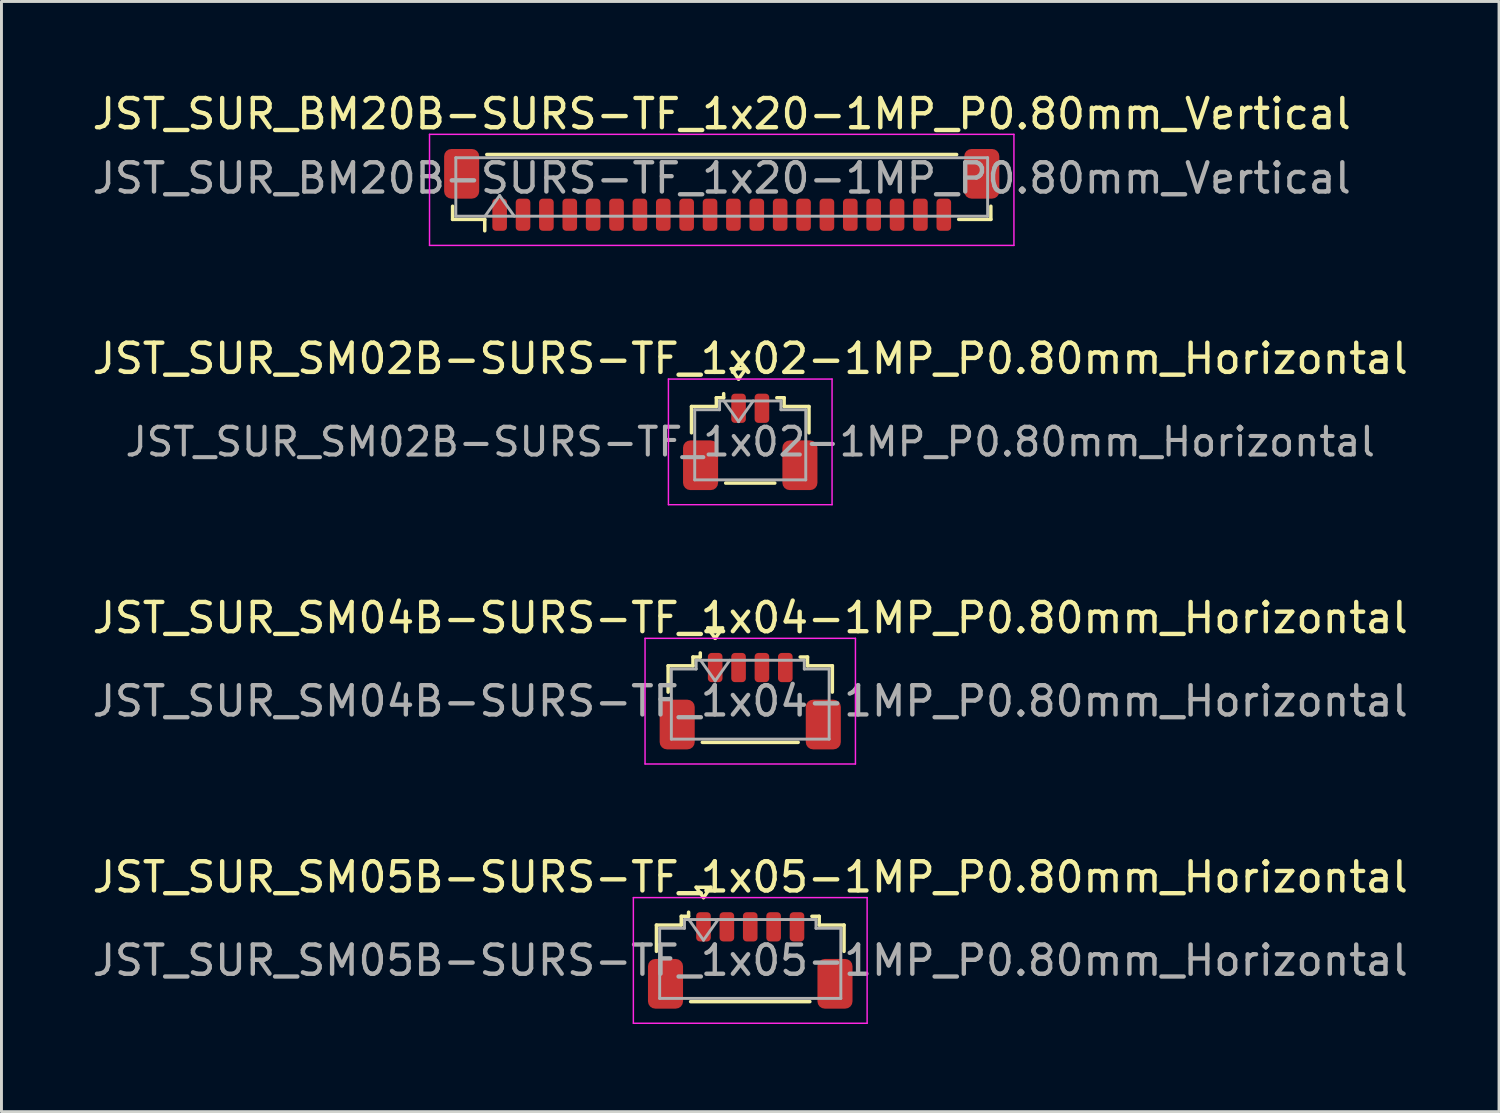
<source format=kicad_pcb>
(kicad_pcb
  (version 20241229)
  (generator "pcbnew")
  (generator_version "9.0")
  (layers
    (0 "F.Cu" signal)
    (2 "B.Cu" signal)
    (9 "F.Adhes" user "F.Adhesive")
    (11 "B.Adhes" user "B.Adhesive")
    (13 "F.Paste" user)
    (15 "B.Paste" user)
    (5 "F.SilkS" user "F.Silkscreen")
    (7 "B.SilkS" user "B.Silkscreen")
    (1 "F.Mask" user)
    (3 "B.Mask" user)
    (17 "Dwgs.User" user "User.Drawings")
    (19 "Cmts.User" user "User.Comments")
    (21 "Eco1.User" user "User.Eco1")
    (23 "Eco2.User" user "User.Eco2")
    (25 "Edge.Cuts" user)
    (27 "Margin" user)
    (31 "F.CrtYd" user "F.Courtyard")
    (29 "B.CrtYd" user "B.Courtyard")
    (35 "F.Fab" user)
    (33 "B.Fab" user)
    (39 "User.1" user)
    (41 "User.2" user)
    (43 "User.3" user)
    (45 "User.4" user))
  (footprint "JST_SUR_SM05B-SURS-TF_1x05-1MP_P0.80mm_Horizontal"
    (layer "F.Cu")
    (at 22.625 29.818)
    (property "Reference" "JST_SUR_SM05B-SURS-TF_1x05-1MP_P0.80mm_Horizontal" (at 0 -2.85 0) (layer "F.SilkS") (effects (font (size 1 1) (thickness 0.15))))
    (attr smd)
    (fp_line (start -3.21 -1.21) (end -2.36 -1.21) (stroke (width 0.12) (type solid)) (layer "F.SilkS"))
    (fp_line (start -3.21 -0.31) (end -3.21 -1.21) (stroke (width 0.12) (type solid)) (layer "F.SilkS"))
    (fp_line (start -2.36 -1.51) (end -2.11 -1.51) (stroke (width 0.12) (type solid)) (layer "F.SilkS"))
    (fp_line (start -2.36 -1.21) (end -2.36 -1.51) (stroke (width 0.12) (type solid)) (layer "F.SilkS"))
    (fp_line (start -2.11 -1.51) (end -2.11 -1.65) (stroke (width 0.12) (type solid)) (layer "F.SilkS"))
    (fp_line (start -2.04 1.41) (end 2.04 1.41) (stroke (width 0.12) (type solid)) (layer "F.SilkS"))
    (fp_line (start -1.85 -2.504) (end -1.6 -2.15) (stroke (width 0.12) (type solid)) (layer "F.SilkS"))
    (fp_line (start -1.6 -2.15) (end -1.35 -2.504) (stroke (width 0.12) (type solid)) (layer "F.SilkS"))
    (fp_line (start -1.35 -2.504) (end -1.85 -2.504) (stroke (width 0.12) (type solid)) (layer "F.SilkS"))
    (fp_line (start 2.36 -1.51) (end 2.11 -1.51) (stroke (width 0.12) (type solid)) (layer "F.SilkS"))
    (fp_line (start 2.36 -1.21) (end 2.36 -1.51) (stroke (width 0.12) (type solid)) (layer "F.SilkS"))
    (fp_line (start 3.21 -1.21) (end 2.36 -1.21) (stroke (width 0.12) (type solid)) (layer "F.SilkS"))
    (fp_line (start 3.21 -0.31) (end 3.21 -1.21) (stroke (width 0.12) (type solid)) (layer "F.SilkS"))
    (fp_line (start -4 -2.15) (end -4 2.15) (stroke (width 0.05) (type solid)) (layer "F.CrtYd"))
    (fp_line (start -4 2.15) (end 4 2.15) (stroke (width 0.05) (type solid)) (layer "F.CrtYd"))
    (fp_line (start 4 -2.15) (end -4 -2.15) (stroke (width 0.05) (type solid)) (layer "F.CrtYd"))
    (fp_line (start 4 2.15) (end 4 -2.15) (stroke (width 0.05) (type solid)) (layer "F.CrtYd"))
    (fp_line (start -3.1 -1.1) (end -3.1 1.3) (stroke (width 0.1) (type solid)) (layer "F.Fab"))
    (fp_line (start -3.1 -1.1) (end -2.25 -1.1) (stroke (width 0.1) (type solid)) (layer "F.Fab"))
    (fp_line (start -3.1 1.3) (end 3.1 1.3) (stroke (width 0.1) (type solid)) (layer "F.Fab"))
    (fp_line (start -2.25 -1.4) (end 2.25 -1.4) (stroke (width 0.1) (type solid)) (layer "F.Fab"))
    (fp_line (start -2.25 -1.1) (end -2.25 -1.4) (stroke (width 0.1) (type solid)) (layer "F.Fab"))
    (fp_line (start -2.1 -1.4) (end -1.6 -0.693) (stroke (width 0.1) (type solid)) (layer "F.Fab"))
    (fp_line (start -1.6 -0.693) (end -1.1 -1.4) (stroke (width 0.1) (type solid)) (layer "F.Fab"))
    (fp_line (start 2.25 -1.4) (end 2.25 -1.1) (stroke (width 0.1) (type solid)) (layer "F.Fab"))
    (fp_line (start 2.25 -1.1) (end 3.1 -1.1) (stroke (width 0.1) (type solid)) (layer "F.Fab"))
    (fp_line (start 3.1 -1.1) (end 3.1 1.3) (stroke (width 0.1) (type solid)) (layer "F.Fab"))
    (fp_text user "${REFERENCE}" (at 0 0 0) (layer "F.Fab") (effects (font (size 1 1) (thickness 0.15))))
    (pad "1" smd roundrect (at -1.6 -1.15) (size 0.5 1) (layers "F.Cu" "F.Mask" "F.Paste") (roundrect_rratio 0.25))
    (pad "2" smd roundrect (at -0.8 -1.15) (size 0.5 1) (layers "F.Cu" "F.Mask" "F.Paste") (roundrect_rratio 0.25))
    (pad "3" smd roundrect (at 0 -1.15) (size 0.5 1) (layers "F.Cu" "F.Mask" "F.Paste") (roundrect_rratio 0.25))
    (pad "4" smd roundrect (at 0.8 -1.15) (size 0.5 1) (layers "F.Cu" "F.Mask" "F.Paste") (roundrect_rratio 0.25))
    (pad "5" smd roundrect (at 1.6 -1.15) (size 0.5 1) (layers "F.Cu" "F.Mask" "F.Paste") (roundrect_rratio 0.25))
    (pad "MP" smd roundrect (at -2.9 0.8) (size 1.2 1.7) (layers "F.Cu" "F.Mask" "F.Paste") (roundrect_rratio 0.208))
    (pad "MP" smd roundrect (at 2.9 0.8) (size 1.2 1.7) (layers "F.Cu" "F.Mask" "F.Paste") (roundrect_rratio 0.208)))
  (footprint "JST_SUR_BM20B-SURS-TF_1x20-1MP_P0.80mm_Vertical"
    (layer "F.Cu")
    (at 21.649 3.448)
    (property "Reference" "JST_SUR_BM20B-SURS-TF_1x20-1MP_P0.80mm_Vertical" (at 0 -2.6 0) (layer "F.SilkS") (effects (font (size 1 1) (thickness 0.15))))
    (attr smd)
    (fp_line (start -9.21 0.56) (end -9.21 1.01) (stroke (width 0.12) (type solid)) (layer "F.SilkS"))
    (fp_line (start -9.21 1.01) (end -8.11 1.01) (stroke (width 0.12) (type solid)) (layer "F.SilkS"))
    (fp_line (start -8.11 1.01) (end -8.11 1.4) (stroke (width 0.12) (type solid)) (layer "F.SilkS"))
    (fp_line (start -8.04 -1.21) (end 8.04 -1.21) (stroke (width 0.12) (type solid)) (layer "F.SilkS"))
    (fp_line (start 9.21 0.56) (end 9.21 1.01) (stroke (width 0.12) (type solid)) (layer "F.SilkS"))
    (fp_line (start 9.21 1.01) (end 8.11 1.01) (stroke (width 0.12) (type solid)) (layer "F.SilkS"))
    (fp_line (start -10 -1.9) (end -10 1.9) (stroke (width 0.05) (type solid)) (layer "F.CrtYd"))
    (fp_line (start -10 1.9) (end 10 1.9) (stroke (width 0.05) (type solid)) (layer "F.CrtYd"))
    (fp_line (start 10 -1.9) (end -10 -1.9) (stroke (width 0.05) (type solid)) (layer "F.CrtYd"))
    (fp_line (start 10 1.9) (end 10 -1.9) (stroke (width 0.05) (type solid)) (layer "F.CrtYd"))
    (fp_line (start -9.1 -1.1) (end 9.1 -1.1) (stroke (width 0.1) (type solid)) (layer "F.Fab"))
    (fp_line (start -9.1 0.9) (end -9.1 -1.1) (stroke (width 0.1) (type solid)) (layer "F.Fab"))
    (fp_line (start -9.1 0.9) (end 9.1 0.9) (stroke (width 0.1) (type solid)) (layer "F.Fab"))
    (fp_line (start -8.1 0.9) (end -7.6 0.193) (stroke (width 0.1) (type solid)) (layer "F.Fab"))
    (fp_line (start -7.6 0.193) (end -7.1 0.9) (stroke (width 0.1) (type solid)) (layer "F.Fab"))
    (fp_line (start 9.1 0.9) (end 9.1 -1.1) (stroke (width 0.1) (type solid)) (layer "F.Fab"))
    (fp_text user "${REFERENCE}" (at 0 -0.4 0) (layer "F.Fab") (effects (font (size 1 1) (thickness 0.15))))
    (pad "1" smd roundrect (at -7.6 0.85) (size 0.5 1.1) (layers "F.Cu" "F.Mask" "F.Paste") (roundrect_rratio 0.25))
    (pad "2" smd roundrect (at -6.8 0.85) (size 0.5 1.1) (layers "F.Cu" "F.Mask" "F.Paste") (roundrect_rratio 0.25))
    (pad "3" smd roundrect (at -6 0.85) (size 0.5 1.1) (layers "F.Cu" "F.Mask" "F.Paste") (roundrect_rratio 0.25))
    (pad "4" smd roundrect (at -5.2 0.85) (size 0.5 1.1) (layers "F.Cu" "F.Mask" "F.Paste") (roundrect_rratio 0.25))
    (pad "5" smd roundrect (at -4.4 0.85) (size 0.5 1.1) (layers "F.Cu" "F.Mask" "F.Paste") (roundrect_rratio 0.25))
    (pad "6" smd roundrect (at -3.6 0.85) (size 0.5 1.1) (layers "F.Cu" "F.Mask" "F.Paste") (roundrect_rratio 0.25))
    (pad "7" smd roundrect (at -2.8 0.85) (size 0.5 1.1) (layers "F.Cu" "F.Mask" "F.Paste") (roundrect_rratio 0.25))
    (pad "8" smd roundrect (at -2 0.85) (size 0.5 1.1) (layers "F.Cu" "F.Mask" "F.Paste") (roundrect_rratio 0.25))
    (pad "9" smd roundrect (at -1.2 0.85) (size 0.5 1.1) (layers "F.Cu" "F.Mask" "F.Paste") (roundrect_rratio 0.25))
    (pad "10" smd roundrect (at -0.4 0.85) (size 0.5 1.1) (layers "F.Cu" "F.Mask" "F.Paste") (roundrect_rratio 0.25))
    (pad "11" smd roundrect (at 0.4 0.85) (size 0.5 1.1) (layers "F.Cu" "F.Mask" "F.Paste") (roundrect_rratio 0.25))
    (pad "12" smd roundrect (at 1.2 0.85) (size 0.5 1.1) (layers "F.Cu" "F.Mask" "F.Paste") (roundrect_rratio 0.25))
    (pad "13" smd roundrect (at 2 0.85) (size 0.5 1.1) (layers "F.Cu" "F.Mask" "F.Paste") (roundrect_rratio 0.25))
    (pad "14" smd roundrect (at 2.8 0.85) (size 0.5 1.1) (layers "F.Cu" "F.Mask" "F.Paste") (roundrect_rratio 0.25))
    (pad "15" smd roundrect (at 3.6 0.85) (size 0.5 1.1) (layers "F.Cu" "F.Mask" "F.Paste") (roundrect_rratio 0.25))
    (pad "16" smd roundrect (at 4.4 0.85) (size 0.5 1.1) (layers "F.Cu" "F.Mask" "F.Paste") (roundrect_rratio 0.25))
    (pad "17" smd roundrect (at 5.2 0.85) (size 0.5 1.1) (layers "F.Cu" "F.Mask" "F.Paste") (roundrect_rratio 0.25))
    (pad "18" smd roundrect (at 6 0.85) (size 0.5 1.1) (layers "F.Cu" "F.Mask" "F.Paste") (roundrect_rratio 0.25))
    (pad "19" smd roundrect (at 6.8 0.85) (size 0.5 1.1) (layers "F.Cu" "F.Mask" "F.Paste") (roundrect_rratio 0.25))
    (pad "20" smd roundrect (at 7.6 0.85) (size 0.5 1.1) (layers "F.Cu" "F.Mask" "F.Paste") (roundrect_rratio 0.25))
    (pad "MP" smd roundrect (at -8.9 -0.55) (size 1.2 1.7) (layers "F.Cu" "F.Mask" "F.Paste") (roundrect_rratio 0.208))
    (pad "MP" smd roundrect (at 8.9 -0.55) (size 1.2 1.7) (layers "F.Cu" "F.Mask" "F.Paste") (roundrect_rratio 0.208)))
  (footprint "JST_SUR_SM04B-SURS-TF_1x04-1MP_P0.80mm_Horizontal"
    (layer "F.Cu")
    (at 22.625 20.945)
    (property "Reference" "JST_SUR_SM04B-SURS-TF_1x04-1MP_P0.80mm_Horizontal" (at 0 -2.85 0) (layer "F.SilkS") (effects (font (size 1 1) (thickness 0.15))))
    (attr smd)
    (fp_line (start -2.81 -1.21) (end -1.96 -1.21) (stroke (width 0.12) (type solid)) (layer "F.SilkS"))
    (fp_line (start -2.81 -0.31) (end -2.81 -1.21) (stroke (width 0.12) (type solid)) (layer "F.SilkS"))
    (fp_line (start -1.96 -1.51) (end -1.71 -1.51) (stroke (width 0.12) (type solid)) (layer "F.SilkS"))
    (fp_line (start -1.96 -1.21) (end -1.96 -1.51) (stroke (width 0.12) (type solid)) (layer "F.SilkS"))
    (fp_line (start -1.71 -1.51) (end -1.71 -1.65) (stroke (width 0.12) (type solid)) (layer "F.SilkS"))
    (fp_line (start -1.64 1.41) (end 1.64 1.41) (stroke (width 0.12) (type solid)) (layer "F.SilkS"))
    (fp_line (start -1.45 -2.504) (end -1.2 -2.15) (stroke (width 0.12) (type solid)) (layer "F.SilkS"))
    (fp_line (start -1.2 -2.15) (end -0.95 -2.504) (stroke (width 0.12) (type solid)) (layer "F.SilkS"))
    (fp_line (start -0.95 -2.504) (end -1.45 -2.504) (stroke (width 0.12) (type solid)) (layer "F.SilkS"))
    (fp_line (start 1.96 -1.51) (end 1.71 -1.51) (stroke (width 0.12) (type solid)) (layer "F.SilkS"))
    (fp_line (start 1.96 -1.21) (end 1.96 -1.51) (stroke (width 0.12) (type solid)) (layer "F.SilkS"))
    (fp_line (start 2.81 -1.21) (end 1.96 -1.21) (stroke (width 0.12) (type solid)) (layer "F.SilkS"))
    (fp_line (start 2.81 -0.31) (end 2.81 -1.21) (stroke (width 0.12) (type solid)) (layer "F.SilkS"))
    (fp_line (start -3.6 -2.15) (end -3.6 2.15) (stroke (width 0.05) (type solid)) (layer "F.CrtYd"))
    (fp_line (start -3.6 2.15) (end 3.6 2.15) (stroke (width 0.05) (type solid)) (layer "F.CrtYd"))
    (fp_line (start 3.6 -2.15) (end -3.6 -2.15) (stroke (width 0.05) (type solid)) (layer "F.CrtYd"))
    (fp_line (start 3.6 2.15) (end 3.6 -2.15) (stroke (width 0.05) (type solid)) (layer "F.CrtYd"))
    (fp_line (start -2.7 -1.1) (end -2.7 1.3) (stroke (width 0.1) (type solid)) (layer "F.Fab"))
    (fp_line (start -2.7 -1.1) (end -1.85 -1.1) (stroke (width 0.1) (type solid)) (layer "F.Fab"))
    (fp_line (start -2.7 1.3) (end 2.7 1.3) (stroke (width 0.1) (type solid)) (layer "F.Fab"))
    (fp_line (start -1.85 -1.4) (end 1.85 -1.4) (stroke (width 0.1) (type solid)) (layer "F.Fab"))
    (fp_line (start -1.85 -1.1) (end -1.85 -1.4) (stroke (width 0.1) (type solid)) (layer "F.Fab"))
    (fp_line (start -1.7 -1.4) (end -1.2 -0.693) (stroke (width 0.1) (type solid)) (layer "F.Fab"))
    (fp_line (start -1.2 -0.693) (end -0.7 -1.4) (stroke (width 0.1) (type solid)) (layer "F.Fab"))
    (fp_line (start 1.85 -1.4) (end 1.85 -1.1) (stroke (width 0.1) (type solid)) (layer "F.Fab"))
    (fp_line (start 1.85 -1.1) (end 2.7 -1.1) (stroke (width 0.1) (type solid)) (layer "F.Fab"))
    (fp_line (start 2.7 -1.1) (end 2.7 1.3) (stroke (width 0.1) (type solid)) (layer "F.Fab"))
    (fp_text user "${REFERENCE}" (at 0 0 0) (layer "F.Fab") (effects (font (size 1 1) (thickness 0.15))))
    (pad "1" smd roundrect (at -1.2 -1.15) (size 0.5 1) (layers "F.Cu" "F.Mask" "F.Paste") (roundrect_rratio 0.25))
    (pad "2" smd roundrect (at -0.4 -1.15) (size 0.5 1) (layers "F.Cu" "F.Mask" "F.Paste") (roundrect_rratio 0.25))
    (pad "3" smd roundrect (at 0.4 -1.15) (size 0.5 1) (layers "F.Cu" "F.Mask" "F.Paste") (roundrect_rratio 0.25))
    (pad "4" smd roundrect (at 1.2 -1.15) (size 0.5 1) (layers "F.Cu" "F.Mask" "F.Paste") (roundrect_rratio 0.25))
    (pad "MP" smd roundrect (at -2.5 0.8) (size 1.2 1.7) (layers "F.Cu" "F.Mask" "F.Paste") (roundrect_rratio 0.208))
    (pad "MP" smd roundrect (at 2.5 0.8) (size 1.2 1.7) (layers "F.Cu" "F.Mask" "F.Paste") (roundrect_rratio 0.208)))
  (footprint "JST_SUR_SM02B-SURS-TF_1x02-1MP_P0.80mm_Horizontal"
    (layer "F.Cu")
    (at 22.625 12.072)
    (property "Reference" "JST_SUR_SM02B-SURS-TF_1x02-1MP_P0.80mm_Horizontal" (at 0 -2.85 0) (layer "F.SilkS") (effects (font (size 1 1) (thickness 0.15))))
    (attr smd)
    (fp_line (start -2.01 -1.21) (end -1.16 -1.21) (stroke (width 0.12) (type solid)) (layer "F.SilkS"))
    (fp_line (start -2.01 -0.31) (end -2.01 -1.21) (stroke (width 0.12) (type solid)) (layer "F.SilkS"))
    (fp_line (start -1.16 -1.51) (end -0.91 -1.51) (stroke (width 0.12) (type solid)) (layer "F.SilkS"))
    (fp_line (start -1.16 -1.21) (end -1.16 -1.51) (stroke (width 0.12) (type solid)) (layer "F.SilkS"))
    (fp_line (start -0.91 -1.51) (end -0.91 -1.65) (stroke (width 0.12) (type solid)) (layer "F.SilkS"))
    (fp_line (start -0.84 1.41) (end 0.84 1.41) (stroke (width 0.12) (type solid)) (layer "F.SilkS"))
    (fp_line (start -0.65 -2.504) (end -0.4 -2.15) (stroke (width 0.12) (type solid)) (layer "F.SilkS"))
    (fp_line (start -0.4 -2.15) (end -0.15 -2.504) (stroke (width 0.12) (type solid)) (layer "F.SilkS"))
    (fp_line (start -0.15 -2.504) (end -0.65 -2.504) (stroke (width 0.12) (type solid)) (layer "F.SilkS"))
    (fp_line (start 1.16 -1.51) (end 0.91 -1.51) (stroke (width 0.12) (type solid)) (layer "F.SilkS"))
    (fp_line (start 1.16 -1.21) (end 1.16 -1.51) (stroke (width 0.12) (type solid)) (layer "F.SilkS"))
    (fp_line (start 2.01 -1.21) (end 1.16 -1.21) (stroke (width 0.12) (type solid)) (layer "F.SilkS"))
    (fp_line (start 2.01 -0.31) (end 2.01 -1.21) (stroke (width 0.12) (type solid)) (layer "F.SilkS"))
    (fp_line (start -2.8 -2.15) (end -2.8 2.15) (stroke (width 0.05) (type solid)) (layer "F.CrtYd"))
    (fp_line (start -2.8 2.15) (end 2.8 2.15) (stroke (width 0.05) (type solid)) (layer "F.CrtYd"))
    (fp_line (start 2.8 -2.15) (end -2.8 -2.15) (stroke (width 0.05) (type solid)) (layer "F.CrtYd"))
    (fp_line (start 2.8 2.15) (end 2.8 -2.15) (stroke (width 0.05) (type solid)) (layer "F.CrtYd"))
    (fp_line (start -1.9 -1.1) (end -1.9 1.3) (stroke (width 0.1) (type solid)) (layer "F.Fab"))
    (fp_line (start -1.9 -1.1) (end -1.05 -1.1) (stroke (width 0.1) (type solid)) (layer "F.Fab"))
    (fp_line (start -1.9 1.3) (end 1.9 1.3) (stroke (width 0.1) (type solid)) (layer "F.Fab"))
    (fp_line (start -1.05 -1.4) (end 1.05 -1.4) (stroke (width 0.1) (type solid)) (layer "F.Fab"))
    (fp_line (start -1.05 -1.1) (end -1.05 -1.4) (stroke (width 0.1) (type solid)) (layer "F.Fab"))
    (fp_line (start -0.9 -1.4) (end -0.4 -0.693) (stroke (width 0.1) (type solid)) (layer "F.Fab"))
    (fp_line (start -0.4 -0.693) (end 0.1 -1.4) (stroke (width 0.1) (type solid)) (layer "F.Fab"))
    (fp_line (start 1.05 -1.4) (end 1.05 -1.1) (stroke (width 0.1) (type solid)) (layer "F.Fab"))
    (fp_line (start 1.05 -1.1) (end 1.9 -1.1) (stroke (width 0.1) (type solid)) (layer "F.Fab"))
    (fp_line (start 1.9 -1.1) (end 1.9 1.3) (stroke (width 0.1) (type solid)) (layer "F.Fab"))
    (fp_text user "${REFERENCE}" (at 0 0 0) (layer "F.Fab") (effects (font (size 0.95 0.95) (thickness 0.14))))
    (pad "1" smd roundrect (at -0.4 -1.15) (size 0.5 1) (layers "F.Cu" "F.Mask" "F.Paste") (roundrect_rratio 0.25))
    (pad "2" smd roundrect (at 0.4 -1.15) (size 0.5 1) (layers "F.Cu" "F.Mask" "F.Paste") (roundrect_rratio 0.25))
    (pad "MP" smd roundrect (at -1.7 0.8) (size 1.2 1.7) (layers "F.Cu" "F.Mask" "F.Paste") (roundrect_rratio 0.208))
    (pad "MP" smd roundrect (at 1.7 0.8) (size 1.2 1.7) (layers "F.Cu" "F.Mask" "F.Paste") (roundrect_rratio 0.208)))
  (gr_rect
    (start -3 -3)
    (end 48.25 34.993)
    (stroke (width 0.1) (type default))
    (fill no)
    (layer "Edge.Cuts")))
</source>
